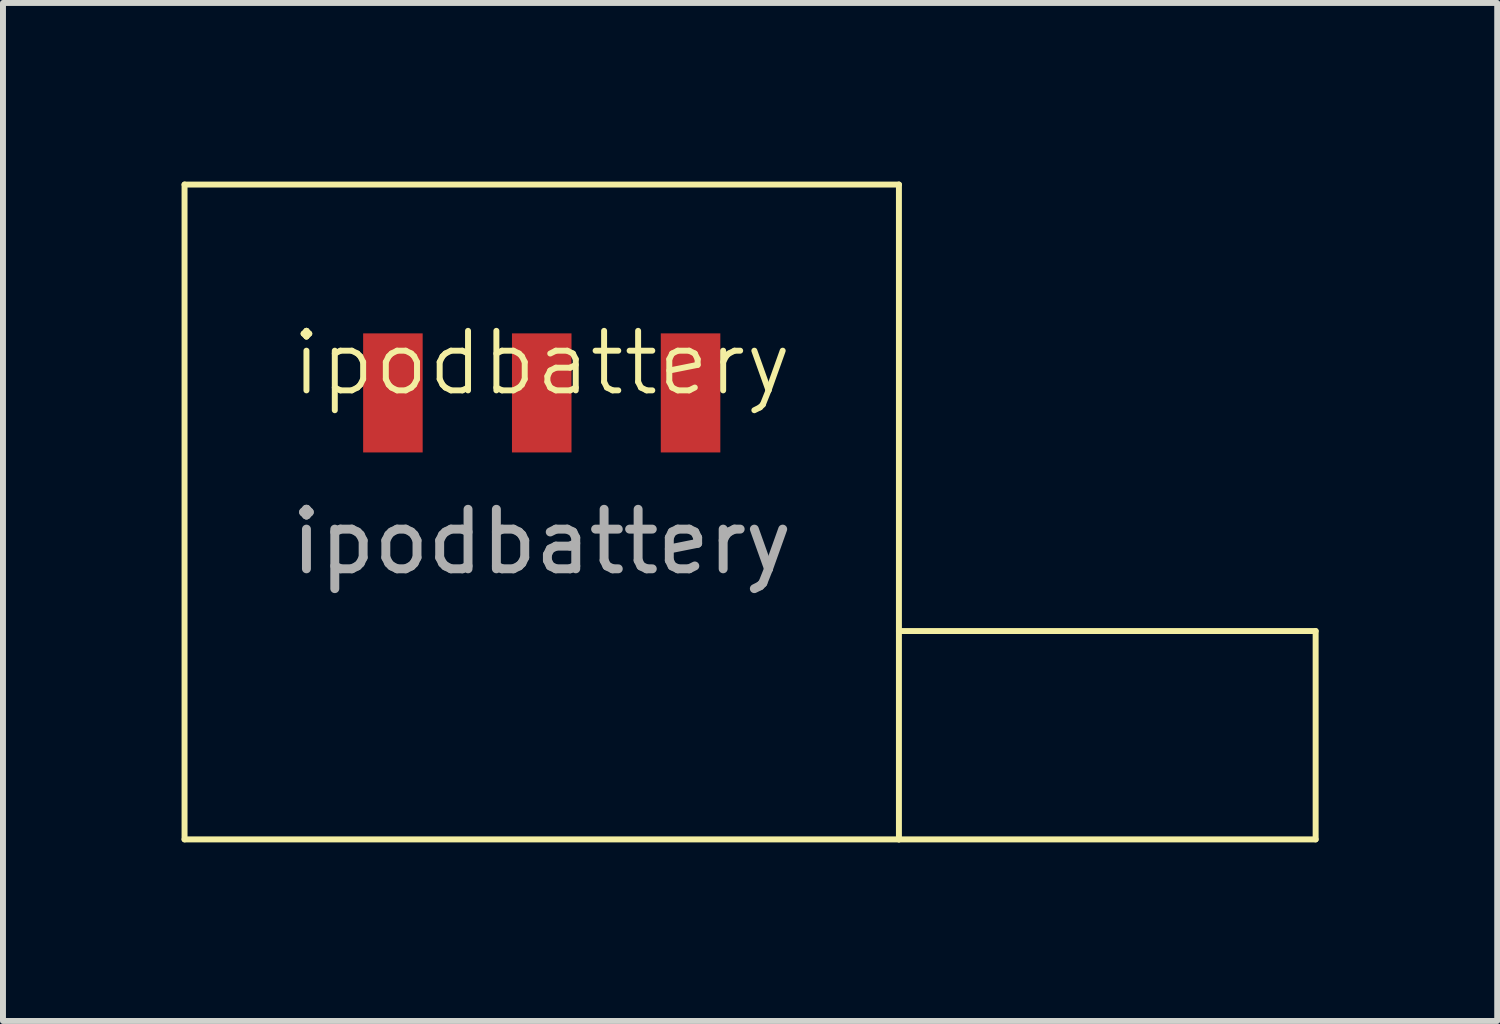
<source format=kicad_pcb>
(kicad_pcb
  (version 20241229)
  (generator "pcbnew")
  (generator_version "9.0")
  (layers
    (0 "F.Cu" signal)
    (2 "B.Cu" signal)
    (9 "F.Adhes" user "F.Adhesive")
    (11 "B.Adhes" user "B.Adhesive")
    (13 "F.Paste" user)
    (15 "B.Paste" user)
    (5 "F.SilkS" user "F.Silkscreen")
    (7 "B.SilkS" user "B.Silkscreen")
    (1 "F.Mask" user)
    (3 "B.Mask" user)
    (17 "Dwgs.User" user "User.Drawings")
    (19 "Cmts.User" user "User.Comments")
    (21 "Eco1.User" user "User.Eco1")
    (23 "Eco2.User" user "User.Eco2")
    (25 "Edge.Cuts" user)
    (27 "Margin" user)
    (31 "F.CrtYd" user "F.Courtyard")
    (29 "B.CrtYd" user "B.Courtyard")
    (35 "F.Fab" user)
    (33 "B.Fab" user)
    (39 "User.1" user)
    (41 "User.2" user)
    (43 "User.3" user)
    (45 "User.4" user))
  (footprint "ipodbattery"
    (layer "F.Cu")
    (at 6.05 3.55)
    (property "Reference" "ipodbattery" (at 0 -0.5 0) (unlocked yes) (layer "F.SilkS") (effects (font (size 1 1) (thickness 0.1))))
    (attr smd)
    (fp_line (start -6 -3.5) (end 6 -3.5) (stroke (width 0.1) (type default)) (layer "F.SilkS"))
    (fp_line (start -6 7.5) (end -6 -3.5) (stroke (width 0.1) (type default)) (layer "F.SilkS"))
    (fp_line (start 6 -3.5) (end 6 7.5) (stroke (width 0.1) (type default)) (layer "F.SilkS"))
    (fp_line (start 6 4) (end 13 4) (stroke (width 0.1) (type default)) (layer "F.SilkS"))
    (fp_line (start 6 7.5) (end -6 7.5) (stroke (width 0.1) (type default)) (layer "F.SilkS"))
    (fp_line (start 13 4) (end 13 7.5) (stroke (width 0.1) (type default)) (layer "F.SilkS"))
    (fp_line (start 13 7.5) (end 6 7.5) (stroke (width 0.1) (type default)) (layer "F.SilkS"))
    (fp_text user "${REFERENCE}" (at 0 2.5 0) (unlocked yes) (layer "F.Fab") (effects (font (size 1 1) (thickness 0.15))))
    (pad "1" smd rect (at -2.5 0 180) (size 1 2) (layers "F.Cu" "F.Mask" "F.Paste"))
    (pad "2" smd rect (at 0 0 180) (size 1 2) (layers "F.Cu" "F.Mask" "F.Paste"))
    (pad "3" smd rect (at 2.5 0 180) (size 1 2) (layers "F.Cu" "F.Mask" "F.Paste")))
  (gr_rect
    (start -3 -3)
    (end 22.1 14.1)
    (stroke (width 0.1) (type default))
    (fill no)
    (layer "Edge.Cuts")))
</source>
